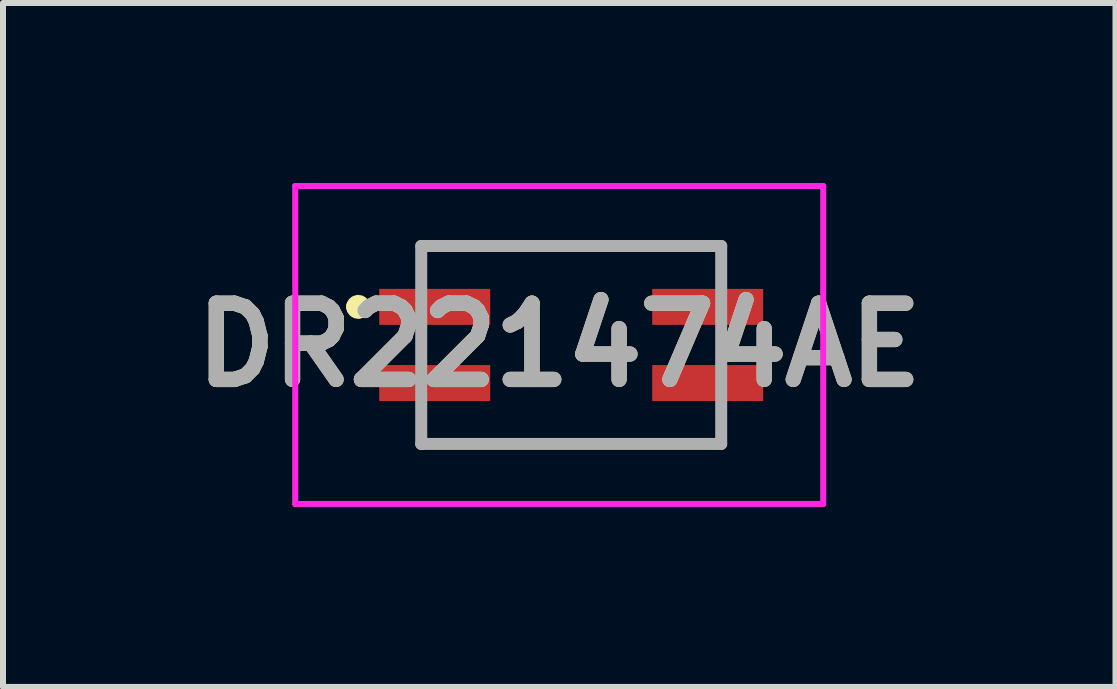
<source format=kicad_pcb>
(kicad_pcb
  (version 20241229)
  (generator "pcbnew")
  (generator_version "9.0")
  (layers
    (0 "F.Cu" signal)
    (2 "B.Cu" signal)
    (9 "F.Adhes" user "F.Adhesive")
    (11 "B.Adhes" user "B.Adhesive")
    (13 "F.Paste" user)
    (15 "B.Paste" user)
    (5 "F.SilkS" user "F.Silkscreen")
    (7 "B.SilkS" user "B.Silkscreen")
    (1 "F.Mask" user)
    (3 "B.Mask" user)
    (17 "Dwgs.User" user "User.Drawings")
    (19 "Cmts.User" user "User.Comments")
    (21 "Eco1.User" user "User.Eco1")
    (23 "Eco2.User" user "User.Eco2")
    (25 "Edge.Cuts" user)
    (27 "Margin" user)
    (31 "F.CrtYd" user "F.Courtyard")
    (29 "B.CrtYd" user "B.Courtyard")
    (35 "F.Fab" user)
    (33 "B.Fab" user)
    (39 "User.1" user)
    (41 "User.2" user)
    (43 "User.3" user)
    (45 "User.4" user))
  (footprint "DR221474AE"
    (layer "F.Cu")
    (at 6.471 2.7)
    (property "Reference" "DR221474AE" (at -0.2 0 0) (layer "F.SilkS") (effects (font (size 1.27 1.27) (thickness 0.254))))
    (attr smd)
    (fp_line (start -3.6 -0.635) (end -3.6 -0.635) (stroke (width 0.3) (type solid)) (layer "F.SilkS"))
    (fp_line (start -3.5 -0.635) (end -3.5 -0.635) (stroke (width 0.3) (type solid)) (layer "F.SilkS"))
    (fp_line (start -2.5 -1.65) (end 2.5 -1.65) (stroke (width 0.1) (type solid)) (layer "F.SilkS"))
    (fp_line (start -2.5 -1.2) (end -2.5 -1.65) (stroke (width 0.1) (type solid)) (layer "F.SilkS"))
    (fp_line (start -2.5 1.2) (end -2.5 1.65) (stroke (width 0.1) (type solid)) (layer "F.SilkS"))
    (fp_line (start -2.5 1.65) (end 2.5 1.65) (stroke (width 0.1) (type solid)) (layer "F.SilkS"))
    (fp_line (start 2.5 -1.65) (end 2.5 -1.2) (stroke (width 0.1) (type solid)) (layer "F.SilkS"))
    (fp_line (start 2.5 1.65) (end 2.5 1.2) (stroke (width 0.1) (type solid)) (layer "F.SilkS"))
    (fp_arc (start -3.6 -0.635) (mid -3.55 -0.685) (end -3.5 -0.635) (stroke (width 0.3) (type solid)) (layer "F.SilkS"))
    (fp_arc (start -3.5 -0.635) (mid -3.55 -0.585) (end -3.6 -0.635) (stroke (width 0.3) (type solid)) (layer "F.SilkS"))
    (fp_line (start -4.6 -2.65) (end 4.2 -2.65) (stroke (width 0.1) (type solid)) (layer "F.CrtYd"))
    (fp_line (start -4.6 2.65) (end -4.6 -2.65) (stroke (width 0.1) (type solid)) (layer "F.CrtYd"))
    (fp_line (start 4.2 -2.65) (end 4.2 2.65) (stroke (width 0.1) (type solid)) (layer "F.CrtYd"))
    (fp_line (start 4.2 2.65) (end -4.6 2.65) (stroke (width 0.1) (type solid)) (layer "F.CrtYd"))
    (fp_line (start -2.5 -1.65) (end 2.5 -1.65) (stroke (width 0.2) (type solid)) (layer "F.Fab"))
    (fp_line (start -2.5 1.65) (end -2.5 -1.65) (stroke (width 0.2) (type solid)) (layer "F.Fab"))
    (fp_line (start 2.5 -1.65) (end 2.5 1.65) (stroke (width 0.2) (type solid)) (layer "F.Fab"))
    (fp_line (start 2.5 1.65) (end -2.5 1.65) (stroke (width 0.2) (type solid)) (layer "F.Fab"))
    (fp_text user "${REFERENCE}" (at -0.2 0 0) (layer "F.Fab") (effects (font (size 1.27 1.27) (thickness 0.254))))
    (pad "1" smd rect (at -2.275 -0.635 90) (size 0.6 1.85) (layers "F.Cu" "F.Mask" "F.Paste"))
    (pad "2" smd rect (at -2.275 0.635 90) (size 0.6 1.85) (layers "F.Cu" "F.Mask" "F.Paste"))
    (pad "3" smd rect (at 2.275 0.635 90) (size 0.6 1.85) (layers "F.Cu" "F.Mask" "F.Paste"))
    (pad "4" smd rect (at 2.275 -0.635 90) (size 0.6 1.85) (layers "F.Cu" "F.Mask" "F.Paste")))
  (gr_rect
    (start -3 -3)
    (end 15.543 8.4)
    (stroke (width 0.1) (type default))
    (fill no)
    (layer "Edge.Cuts")))
</source>
